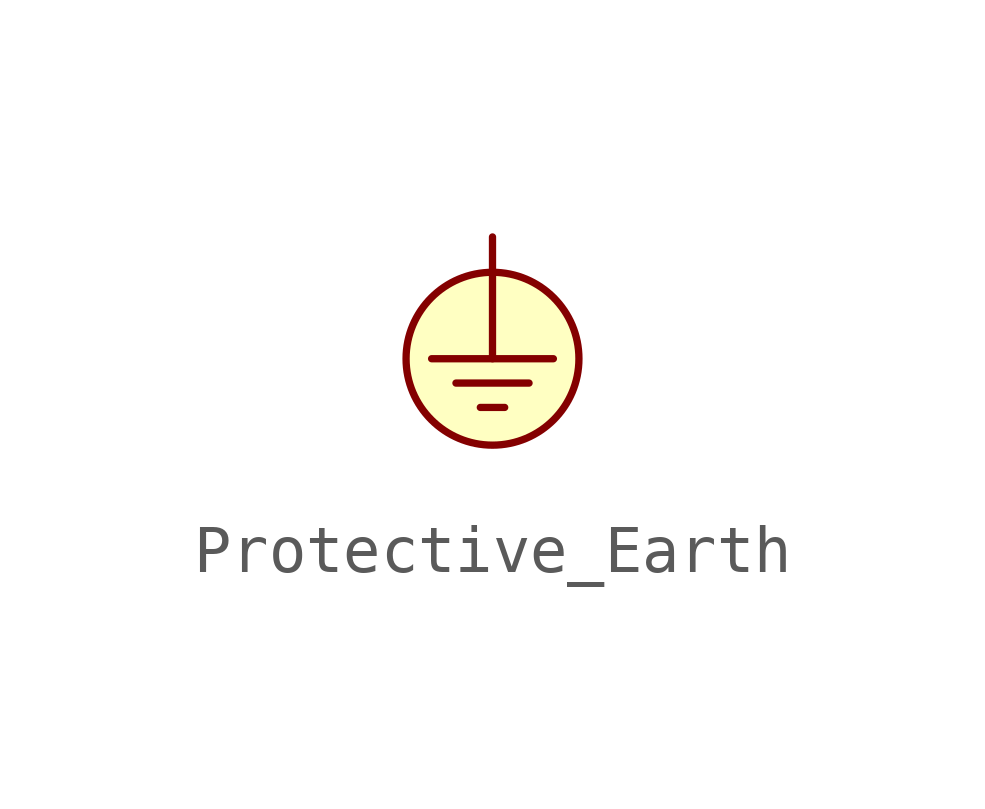
<source format=kicad_sym>
(kicad_symbol_lib
  (version 20231120)
  (generator "kicad_symbol_editor")
  (generator_version "8.0")
  (symbol "Protective_Earth"
    (power)
    (pin_numbers hide)
    (pin_names
      (offset 0) hide)
    (property "Reference" "#PWR"
      (at -0.254 -2.794 0)
      (effects (font (size 1.27 1.27)) (hide yes)))
    (property "Footprint" ""
      (at 0 2.54 0)
      (effects (font (size 1.524 1.524))))
    (property "Datasheet" ""
      (at -0.508 -2.286 0)
      (effects (font (size 1.524 1.524))))
    (symbol "Protective_Earth_0_1"
      (polyline (pts (xy -0.762 -0.508) (xy 0.762 -0.508)) (stroke (width 0) (type default)) (fill (type none)))
      (polyline (pts (xy -0.254 -1.016) (xy 0.254 -1.016)) (stroke (width 0) (type default)) (fill (type none)))
      (polyline (pts (xy 0 0) (xy 1.27 0)) (stroke (width 0) (type default)) (fill (type none)))
      (polyline (pts (xy 0 2.54) (xy 0 0) (xy -1.27 0)) (stroke (width 0) (type default)) (fill (type none)))
      (circle (center 0 0) (radius 1.803) (stroke (width 0) (type default)) (fill (type background))))
    (symbol "Protective_Earth_1_1"
      (pin power_in line (at 0 2.54 90) (length 0) hide (name "Protective_Earth" (effects (font (size 1.27 1.27)))) (number "1" (effects (font (size 1.27 1.27))))))))
</source>
